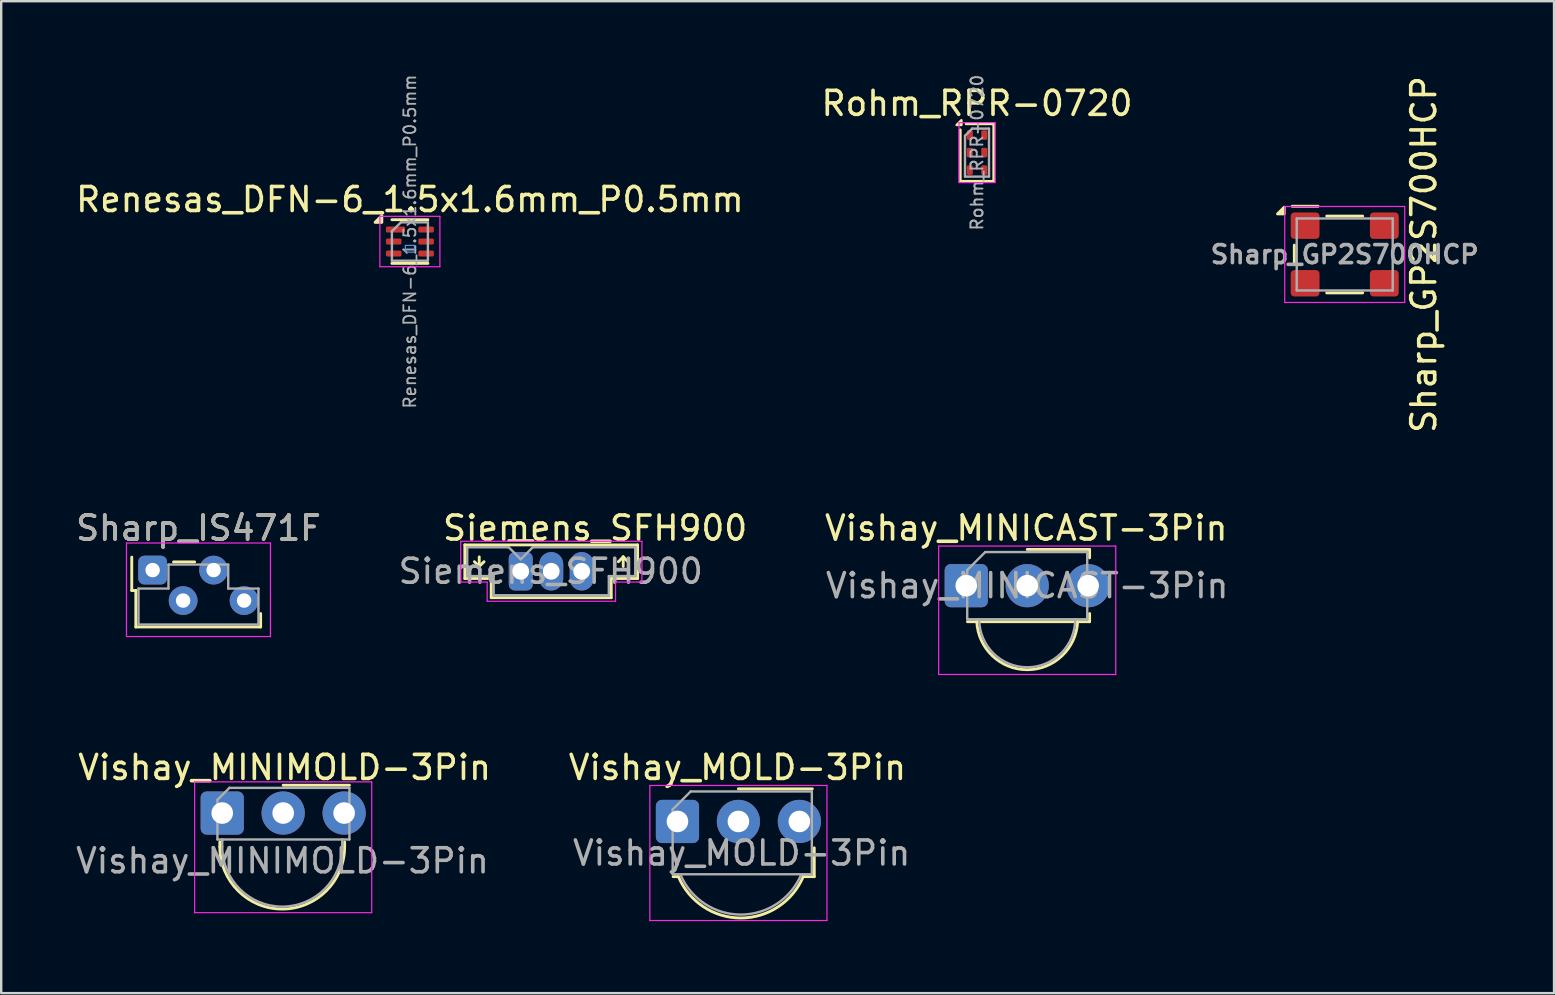
<source format=kicad_pcb>
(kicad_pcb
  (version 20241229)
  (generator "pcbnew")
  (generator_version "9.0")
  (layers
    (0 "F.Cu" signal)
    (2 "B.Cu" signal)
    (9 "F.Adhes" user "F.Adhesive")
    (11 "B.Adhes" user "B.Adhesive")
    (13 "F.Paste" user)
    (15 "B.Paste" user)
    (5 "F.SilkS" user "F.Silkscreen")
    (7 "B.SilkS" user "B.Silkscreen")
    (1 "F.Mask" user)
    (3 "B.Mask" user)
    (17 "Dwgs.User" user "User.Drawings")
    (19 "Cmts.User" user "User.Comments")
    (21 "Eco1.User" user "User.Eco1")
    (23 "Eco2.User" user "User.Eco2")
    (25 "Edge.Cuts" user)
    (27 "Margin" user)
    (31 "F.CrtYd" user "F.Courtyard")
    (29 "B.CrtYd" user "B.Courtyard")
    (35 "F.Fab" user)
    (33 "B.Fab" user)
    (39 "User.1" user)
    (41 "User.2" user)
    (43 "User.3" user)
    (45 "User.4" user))
  (footprint "Rohm_RPR-0720"
    (layer "F.Cu")
    (at 37.661 3.308)
    (property "Reference" "Rohm_RPR-0720" (at 0 -2.05 0) (layer "F.SilkS") (effects (font (size 1 1) (thickness 0.15))))
    (attr smd)
    (fp_line (start -0.7 1.2) (end -0.7 -0.95) (stroke (width 0.12) (type default)) (layer "F.SilkS"))
    (fp_line (start -0.7 1.2) (end 0.7 1.2) (stroke (width 0.12) (type default)) (layer "F.SilkS"))
    (fp_line (start -0.45 -1.2) (end 0.7 -1.2) (stroke (width 0.12) (type default)) (layer "F.SilkS"))
    (fp_line (start 0.7 1.2) (end 0.7 -1.2) (stroke (width 0.12) (type default)) (layer "F.SilkS"))
    (fp_poly (pts (xy -0.65 -1.15) (xy -0.65 -1.35) (xy -0.85 -1.15)) (stroke (width 0.1) (type solid)) (fill yes) (layer "F.SilkS"))
    (fp_line (start -0.75 1.25) (end -0.75 -1.25) (stroke (width 0.05) (type solid)) (layer "F.CrtYd"))
    (fp_line (start -0.75 1.25) (end 0.75 1.25) (stroke (width 0.05) (type default)) (layer "F.CrtYd"))
    (fp_line (start 0.75 -1.25) (end -0.75 -1.25) (stroke (width 0.05) (type default)) (layer "F.CrtYd"))
    (fp_line (start 0.75 -1.25) (end 0.75 1.25) (stroke (width 0.05) (type solid)) (layer "F.CrtYd"))
    (fp_line (start -0.5 -0.7) (end -0.5 1) (stroke (width 0.1) (type solid)) (layer "F.Fab"))
    (fp_line (start -0.5 -0.7) (end -0.2 -1) (stroke (width 0.1) (type default)) (layer "F.Fab"))
    (fp_line (start -0.5 1) (end 0.5 1) (stroke (width 0.1) (type default)) (layer "F.Fab"))
    (fp_line (start 0.5 -1) (end -0.2 -1) (stroke (width 0.1) (type solid)) (layer "F.Fab"))
    (fp_line (start 0.5 -1) (end 0.5 1) (stroke (width 0.1) (type solid)) (layer "F.Fab"))
    (fp_text user "${REFERENCE}" (at 0 0 90) (layer "F.Fab") (effects (font (size 0.5 0.5) (thickness 0.08))))
    (pad "1" smd roundrect (at -0.3 -0.73 90) (size 0.4 0.25) (layers "F.Cu" "F.Mask" "F.Paste") (roundrect_rratio 0.25))
    (pad "2" smd roundrect (at -0.3 0 90) (size 0.4 0.25) (layers "F.Cu" "F.Mask" "F.Paste") (roundrect_rratio 0.25))
    (pad "3" smd roundrect (at -0.3 0.73 90) (size 0.4 0.25) (layers "F.Cu" "F.Mask" "F.Paste") (roundrect_rratio 0.25))
    (pad "4" smd roundrect (at 0.3 0.73 90) (size 0.4 0.25) (layers "F.Cu" "F.Mask" "F.Paste") (roundrect_rratio 0.25))
    (pad "5" smd roundrect (at 0.3 0 90) (size 0.4 0.25) (layers "F.Cu" "F.Mask" "F.Paste") (roundrect_rratio 0.25))
    (pad "6" smd roundrect (at 0.3 -0.73 90) (size 0.4 0.25) (layers "F.Cu" "F.Mask" "F.Paste") (roundrect_rratio 0.25)))
  (footprint "Sharp_GP2S700HCP"
    (layer "F.Cu")
    (at 52.983 7.554)
    (property "Reference" "Sharp_GP2S700HCP" (at 3.295 0 90) (layer "F.SilkS") (effects (font (size 1 1) (thickness 0.15))))
    (attr smd)
    (fp_line (start -2.1 -0.39) (end -2.1 0.39) (stroke (width 0.12) (type default)) (layer "F.SilkS"))
    (fp_line (start -1.11 -2.01) (end -2.19 -2.01) (stroke (width 0.12) (type default)) (layer "F.SilkS"))
    (fp_line (start -0.75 -1.6) (end 0.75 -1.6) (stroke (width 0.12) (type default)) (layer "F.SilkS"))
    (fp_line (start -0.75 1.6) (end 0.75 1.6) (stroke (width 0.12) (type default)) (layer "F.SilkS"))
    (fp_poly (pts (xy -2.52 -1.69) (xy -2.8 -1.69) (xy -2.52 -1.97) (xy -2.52 -1.69)) (stroke (width 0.12) (type solid)) (fill yes) (layer "F.SilkS"))
    (fp_line (start -2.5 -2) (end 2.5 -2) (stroke (width 0.05) (type default)) (layer "F.CrtYd"))
    (fp_line (start -2.5 2) (end -2.5 -2) (stroke (width 0.05) (type default)) (layer "F.CrtYd"))
    (fp_line (start -2.5 2) (end 2.5 2) (stroke (width 0.05) (type default)) (layer "F.CrtYd"))
    (fp_line (start 2.5 -2) (end 2.5 2) (stroke (width 0.05) (type default)) (layer "F.CrtYd"))
    (fp_line (start -2 -1.5) (end 2 -1.5) (stroke (width 0.1) (type default)) (layer "F.Fab"))
    (fp_line (start -2 1.5) (end -2 -1.5) (stroke (width 0.1) (type default)) (layer "F.Fab"))
    (fp_line (start -2 1.5) (end 2 1.5) (stroke (width 0.1) (type default)) (layer "F.Fab"))
    (fp_line (start 2 -1.5) (end 2 1.5) (stroke (width 0.1) (type default)) (layer "F.Fab"))
    (fp_text user "${REFERENCE}" (at 0 0 0) (layer "F.Fab") (effects (font (size 0.75 0.75) (thickness 0.15))))
    (pad "1" smd roundrect (at -1.65 -1.2) (size 1.2 1.1) (layers "F.Cu" "F.Mask" "F.Paste") (roundrect_rratio 0.136))
    (pad "2" smd roundrect (at -1.65 1.2) (size 1.2 1.1) (layers "F.Cu" "F.Mask" "F.Paste") (roundrect_rratio 0.136))
    (pad "3" smd roundrect (at 1.65 1.2) (size 1.2 1.1) (layers "F.Cu" "F.Mask" "F.Paste") (roundrect_rratio 0.136))
    (pad "4" smd roundrect (at 1.65 -1.2) (size 1.2 1.1) (layers "F.Cu" "F.Mask" "F.Paste") (roundrect_rratio 0.136))
    (zone (net_name "") (layer "F.Cu") (name "keepout to avoid short circuit") (hatch edge 0.5) (connect_pads) (min_thickness 0.25) (filled_areas_thickness no) (keepout (tracks not_allowed) (vias not_allowed) (pads not_allowed) (copperpour not_allowed) (footprints not_allowed)) (placement (enabled no)) (fill) (polygon (pts (xy 50.733 6.904) (xy 51.933 6.904) (xy 51.933 5.804) (xy 54.033 5.804) (xy 54.033 6.904) (xy 55.233 6.904) (xy 55.233 8.204) (xy 54.033 8.204) (xy 54.033 9.304) (xy 51.933 9.304) (xy 51.933 8.204) (xy 50.733 8.204)))))
  (footprint "Sharp_IS471F"
    (layer "F.Cu")
    (at 3.31 20.705)
    (property "Reference" "Sharp_IS471F" (at 1.91 -1.75 0) (layer "F.SilkS") (effects (font (size 1 1) (thickness 0.15))))
    (attr through_hole)
    (fp_line (start -0.87 0.85) (end -0.87 -0.54) (stroke (width 0.12) (type solid)) (layer "F.SilkS"))
    (fp_line (start -0.87 0.85) (end -0.7 0.85) (stroke (width 0.12) (type solid)) (layer "F.SilkS"))
    (fp_line (start -0.7 2.37) (end -0.7 0.85) (stroke (width 0.12) (type solid)) (layer "F.SilkS"))
    (fp_line (start -0.7 2.37) (end 4.5 2.37) (stroke (width 0.12) (type solid)) (layer "F.SilkS"))
    (fp_line (start 1.75 -0.34) (end 0.87 -0.34) (stroke (width 0.12) (type solid)) (layer "F.SilkS"))
    (fp_line (start 4.5 2.37) (end 4.5 1.81) (stroke (width 0.12) (type solid)) (layer "F.SilkS"))
    (fp_line (start -1.09 -1.13) (end -1.09 2.77) (stroke (width 0.05) (type solid)) (layer "F.CrtYd"))
    (fp_line (start -1.09 2.77) (end 4.91 2.77) (stroke (width 0.05) (type solid)) (layer "F.CrtYd"))
    (fp_line (start 4.91 -1.13) (end -1.09 -1.13) (stroke (width 0.05) (type solid)) (layer "F.CrtYd"))
    (fp_line (start 4.91 2.77) (end 4.91 -1.13) (stroke (width 0.05) (type solid)) (layer "F.CrtYd"))
    (fp_line (start -0.59 0.77) (end -0.59 2.27) (stroke (width 0.1) (type solid)) (layer "F.Fab"))
    (fp_line (start -0.59 2.27) (end 4.41 2.27) (stroke (width 0.1) (type solid)) (layer "F.Fab"))
    (fp_line (start 0.66 -0.23) (end 0.66 0.77) (stroke (width 0.1) (type solid)) (layer "F.Fab"))
    (fp_line (start 0.66 0.77) (end -0.59 0.77) (stroke (width 0.1) (type solid)) (layer "F.Fab"))
    (fp_line (start 3.15 -0.23) (end 0.66 -0.23) (stroke (width 0.1) (type solid)) (layer "F.Fab"))
    (fp_line (start 3.15 0.77) (end 3.15 -0.23) (stroke (width 0.1) (type solid)) (layer "F.Fab"))
    (fp_line (start 4.41 0.77) (end 3.15 0.77) (stroke (width 0.1) (type solid)) (layer "F.Fab"))
    (fp_line (start 4.41 2.27) (end 4.41 0.77) (stroke (width 0.1) (type solid)) (layer "F.Fab"))
    (fp_text user "${REFERENCE}" (at 1.91 -1.75 0) (layer "F.Fab") (effects (font (size 1 1) (thickness 0.15))))
    (pad "1" thru_hole roundrect (at 0 0) (size 1.2 1.2) (drill 0.6) (layers "*.Cu" "*.Mask") (roundrect_rratio 0.208))
    (pad "2" thru_hole circle (at 1.27 1.27) (size 1.2 1.2) (drill 0.6) (layers "*.Cu" "*.Mask"))
    (pad "3" thru_hole circle (at 2.54 0) (size 1.2 1.2) (drill 0.6) (layers "*.Cu" "*.Mask"))
    (pad "4" thru_hole circle (at 3.81 1.27) (size 1.2 1.2) (drill 0.6) (layers "*.Cu" "*.Mask")))
  (footprint "Vishay_MINICAST-3Pin"
    (layer "F.Cu")
    (at 37.213 21.355)
    (property "Reference" "Vishay_MINICAST-3Pin" (at 2.5 -2.4 180) (layer "F.SilkS") (effects (font (size 1 1) (thickness 0.15))))
    (attr through_hole)
    (fp_line (start 5.14 -1.51) (end 2.54 -1.51) (stroke (width 0.12) (type solid)) (layer "F.SilkS"))
    (fp_line (start 5.14 -1.16) (end 5.14 -1.51) (stroke (width 0.12) (type solid)) (layer "F.SilkS"))
    (fp_line (start 5.14 1.16) (end 5.14 1.5) (stroke (width 0.12) (type solid)) (layer "F.SilkS"))
    (fp_line (start 5.14 1.5) (end 0.05 1.5) (stroke (width 0.12) (type solid)) (layer "F.SilkS"))
    (fp_arc (start 4.64 1.5) (mid 2.540869 3.502379) (end 0.440083 1.501736) (stroke (width 0.12) (type solid)) (layer "F.SilkS"))
    (fp_line (start -1.15 -1.65) (end -1.15 3.7) (stroke (width 0.05) (type solid)) (layer "F.CrtYd"))
    (fp_line (start -1.15 -1.65) (end 6.23 -1.65) (stroke (width 0.05) (type solid)) (layer "F.CrtYd"))
    (fp_line (start 6.23 3.7) (end -1.15 3.7) (stroke (width 0.05) (type solid)) (layer "F.CrtYd"))
    (fp_line (start 6.23 3.7) (end 6.23 -1.65) (stroke (width 0.05) (type solid)) (layer "F.CrtYd"))
    (fp_line (start 0.04 1.4) (end 0.04 -0.65) (stroke (width 0.1) (type solid)) (layer "F.Fab"))
    (fp_line (start 0.79 -1.4) (end 0.04 -0.65) (stroke (width 0.1) (type solid)) (layer "F.Fab"))
    (fp_line (start 0.79 -1.4) (end 5.04 -1.4) (stroke (width 0.1) (type solid)) (layer "F.Fab"))
    (fp_line (start 5.04 -1.4) (end 5.04 1.4) (stroke (width 0.1) (type solid)) (layer "F.Fab"))
    (fp_line (start 5.04 1.4) (end 0.04 1.4) (stroke (width 0.1) (type solid)) (layer "F.Fab"))
    (fp_arc (start 4.54 1.4) (mid 2.54 3.4) (end 0.54 1.4) (stroke (width 0.1) (type solid)) (layer "F.Fab"))
    (fp_text user "${REFERENCE}" (at 2.54 0 0) (layer "F.Fab") (effects (font (size 1 1) (thickness 0.15))))
    (pad "1" thru_hole roundrect (at 0 0) (size 1.8 1.8) (drill 0.9) (layers "*.Cu" "*.Mask") (roundrect_rratio 0.139))
    (pad "2" thru_hole circle (at 2.54 0) (size 1.8 1.8) (drill 0.9) (layers "*.Cu" "*.Mask"))
    (pad "3" thru_hole circle (at 5.08 0) (size 1.8 1.8) (drill 0.9) (layers "*.Cu" "*.Mask")))
  (footprint "Renesas_DFN-6_1.5x1.6mm_P0.5mm"
    (layer "F.Cu")
    (at 14.03 7.015)
    (property "Reference" "Renesas_DFN-6_1.5x1.6mm_P0.5mm" (at 0 -1.75 0) (layer "F.SilkS") (effects (font (size 1 1) (thickness 0.15))))
    (attr smd)
    (fp_line (start -0.75 -0.91) (end 0.75 -0.91) (stroke (width 0.12) (type solid)) (layer "F.SilkS"))
    (fp_line (start -0.75 0.91) (end 0.75 0.91) (stroke (width 0.12) (type solid)) (layer "F.SilkS"))
    (fp_poly (pts (xy -1.17 -0.8) (xy -1.45 -0.8) (xy -1.17 -1.08) (xy -1.17 -0.8)) (stroke (width 0.12) (type solid)) (fill yes) (layer "F.SilkS"))
    (fp_rect (start -0.19 0.16) (end 0.19 0.44) (stroke (width 0.05) (type default)) (fill no) (layer "Cmts.User"))
    (fp_line (start -1.25 -1.05) (end -1.25 1.05) (stroke (width 0.05) (type solid)) (layer "F.CrtYd"))
    (fp_line (start -1.25 1.05) (end 1.25 1.05) (stroke (width 0.05) (type solid)) (layer "F.CrtYd"))
    (fp_line (start 1.25 -1.05) (end -1.25 -1.05) (stroke (width 0.05) (type solid)) (layer "F.CrtYd"))
    (fp_line (start 1.25 1.05) (end 1.25 -1.05) (stroke (width 0.05) (type solid)) (layer "F.CrtYd"))
    (fp_line (start -0.75 -0.425) (end -0.375 -0.8) (stroke (width 0.1) (type solid)) (layer "F.Fab"))
    (fp_line (start -0.75 0.8) (end -0.75 -0.425) (stroke (width 0.1) (type solid)) (layer "F.Fab"))
    (fp_line (start -0.375 -0.8) (end 0.75 -0.8) (stroke (width 0.1) (type solid)) (layer "F.Fab"))
    (fp_line (start 0.75 -0.8) (end 0.75 0.8) (stroke (width 0.1) (type solid)) (layer "F.Fab"))
    (fp_line (start 0.75 0.8) (end -0.75 0.8) (stroke (width 0.1) (type solid)) (layer "F.Fab"))
    (fp_text user "SENSOR" (at -0.15 0.325 0) (unlocked yes) (layer "Cmts.User") (effects (font (size 0.05 0.05) (thickness 0.005)) (justify left bottom)))
    (fp_text user "${REFERENCE}" (at 0 0 90) (layer "F.Fab") (effects (font (size 0.5 0.5) (thickness 0.075))))
    (pad "1" smd roundrect (at -0.6 -0.5) (size 0.8 0.25) (layers "F.Cu" "F.Mask" "F.Paste") (roundrect_rratio 0.25))
    (pad "2" smd roundrect (at -0.675 0) (size 0.65 0.25) (layers "F.Cu" "F.Mask" "F.Paste") (roundrect_rratio 0.25))
    (pad "3" smd roundrect (at -0.675 0.5) (size 0.65 0.25) (layers "F.Cu" "F.Mask" "F.Paste") (roundrect_rratio 0.25))
    (pad "4" smd roundrect (at 0.675 0.5) (size 0.65 0.25) (layers "F.Cu" "F.Mask" "F.Paste") (roundrect_rratio 0.25))
    (pad "5" smd roundrect (at 0.675 0) (size 0.65 0.25) (layers "F.Cu" "F.Mask" "F.Paste") (roundrect_rratio 0.25))
    (pad "6" smd roundrect (at 0.675 -0.5) (size 0.65 0.25) (layers "F.Cu" "F.Mask" "F.Paste") (roundrect_rratio 0.25)))
  (footprint "Siemens_SFH900"
    (layer "F.Cu")
    (at 18.649 20.755)
    (property "Reference" "Siemens_SFH900" (at 3.1 -1.8 0) (layer "F.SilkS") (effects (font (size 1 1) (thickness 0.15))))
    (attr through_hole)
    (fp_line (start -2.33 -1.1) (end 4.87 -1.1) (stroke (width 0.12) (type solid)) (layer "F.SilkS"))
    (fp_line (start -2.33 0.3) (end -2.33 -1.1) (stroke (width 0.12) (type solid)) (layer "F.SilkS"))
    (fp_line (start -1.73 -0.6) (end -1.73 -0.2) (stroke (width 0.12) (type solid)) (layer "F.SilkS"))
    (fp_line (start -1.73 -0.2) (end -1.93 -0.4) (stroke (width 0.12) (type solid)) (layer "F.SilkS"))
    (fp_line (start -1.73 -0.2) (end -1.53 -0.4) (stroke (width 0.12) (type solid)) (layer "F.SilkS"))
    (fp_line (start -1.23 0.3) (end -2.33 0.3) (stroke (width 0.12) (type solid)) (layer "F.SilkS"))
    (fp_line (start -1.23 1.1) (end -1.23 0.3) (stroke (width 0.12) (type solid)) (layer "F.SilkS"))
    (fp_line (start -0.5 -1.28) (end 0.5 -1.28) (stroke (width 0.12) (type solid)) (layer "F.SilkS"))
    (fp_line (start 3.77 0.3) (end 3.77 1.1) (stroke (width 0.12) (type solid)) (layer "F.SilkS"))
    (fp_line (start 3.77 1.1) (end -1.23 1.1) (stroke (width 0.12) (type solid)) (layer "F.SilkS"))
    (fp_line (start 4.27 -0.6) (end 4.07 -0.4) (stroke (width 0.12) (type solid)) (layer "F.SilkS"))
    (fp_line (start 4.27 -0.6) (end 4.47 -0.4) (stroke (width 0.12) (type solid)) (layer "F.SilkS"))
    (fp_line (start 4.27 -0.2) (end 4.27 -0.6) (stroke (width 0.12) (type solid)) (layer "F.SilkS"))
    (fp_line (start 4.87 -1.1) (end 4.87 0.3) (stroke (width 0.12) (type solid)) (layer "F.SilkS"))
    (fp_line (start 4.87 0.3) (end 3.77 0.3) (stroke (width 0.12) (type solid)) (layer "F.SilkS"))
    (fp_line (start -2.5 -1.25) (end 5.05 -1.25) (stroke (width 0.05) (type solid)) (layer "F.CrtYd"))
    (fp_line (start -2.5 0.45) (end -2.5 -1.25) (stroke (width 0.05) (type solid)) (layer "F.CrtYd"))
    (fp_line (start -1.4 0.45) (end -2.5 0.45) (stroke (width 0.05) (type solid)) (layer "F.CrtYd"))
    (fp_line (start -1.4 1.25) (end -1.4 0.45) (stroke (width 0.05) (type solid)) (layer "F.CrtYd"))
    (fp_line (start 3.95 0.45) (end 3.95 1.25) (stroke (width 0.05) (type solid)) (layer "F.CrtYd"))
    (fp_line (start 3.95 1.25) (end -1.4 1.25) (stroke (width 0.05) (type solid)) (layer "F.CrtYd"))
    (fp_line (start 5.05 -1.25) (end 5.05 0.45) (stroke (width 0.05) (type solid)) (layer "F.CrtYd"))
    (fp_line (start 5.05 0.45) (end 3.95 0.45) (stroke (width 0.05) (type solid)) (layer "F.CrtYd"))
    (fp_line (start -2.23 -1) (end -2.23 0.2) (stroke (width 0.1) (type solid)) (layer "F.Fab"))
    (fp_line (start -2.23 -1) (end -0.5 -1) (stroke (width 0.1) (type solid)) (layer "F.Fab"))
    (fp_line (start -2.23 0.2) (end -1.13 0.2) (stroke (width 0.1) (type solid)) (layer "F.Fab"))
    (fp_line (start -1.13 0.2) (end -1.13 1) (stroke (width 0.1) (type solid)) (layer "F.Fab"))
    (fp_line (start -1.13 1) (end 3.67 1) (stroke (width 0.1) (type solid)) (layer "F.Fab"))
    (fp_line (start 0 -0.5) (end -0.5 -1) (stroke (width 0.1) (type solid)) (layer "F.Fab"))
    (fp_line (start 0 -0.5) (end 0.5 -1) (stroke (width 0.1) (type solid)) (layer "F.Fab"))
    (fp_line (start 0.5 -1) (end 4.77 -1) (stroke (width 0.1) (type solid)) (layer "F.Fab"))
    (fp_line (start 3.67 1) (end 3.67 0.2) (stroke (width 0.1) (type solid)) (layer "F.Fab"))
    (fp_line (start 4.77 -1) (end 4.77 0.2) (stroke (width 0.1) (type solid)) (layer "F.Fab"))
    (fp_line (start 4.77 0.2) (end 3.67 0.2) (stroke (width 0.1) (type solid)) (layer "F.Fab"))
    (fp_text user "${REFERENCE}" (at 1.25 0 0) (layer "F.Fab") (effects (font (size 1 1) (thickness 0.15))))
    (pad "1" thru_hole roundrect (at 0 0) (size 1 1.6) (drill 0.7) (layers "*.Cu" "*.Mask") (roundrect_rratio 0.25))
    (pad "2" thru_hole oval (at 1.27 0) (size 1 1.6) (drill 0.7) (layers "*.Cu" "*.Mask"))
    (pad "3" thru_hole oval (at 2.54 0) (size 1 1.6) (drill 0.7) (layers "*.Cu" "*.Mask")))
  (footprint "Vishay_MOLD-3Pin"
    (layer "F.Cu")
    (at 25.179 31.179)
    (property "Reference" "Vishay_MOLD-3Pin" (at 2.5 -2.25 180) (layer "F.SilkS") (effects (font (size 1 1) (thickness 0.15))))
    (attr through_hole)
    (fp_line (start 0.04 2.3) (end -0.18 2.3) (stroke (width 0.12) (type solid)) (layer "F.SilkS"))
    (fp_line (start 5.62 -1.36) (end 2.54 -1.36) (stroke (width 0.12) (type solid)) (layer "F.SilkS"))
    (fp_line (start 5.7 2.3) (end 5.24 2.3) (stroke (width 0.12) (type solid)) (layer "F.SilkS"))
    (fp_line (start 5.7 2.3) (end 5.7 1.1) (stroke (width 0.12) (type solid)) (layer "F.SilkS"))
    (fp_arc (start 5.24 2.3) (mid 2.64 4.023119) (end 0.04 2.3) (stroke (width 0.12) (type solid)) (layer "F.SilkS"))
    (fp_line (start -1.15 -1.5) (end -1.15 4.13) (stroke (width 0.05) (type solid)) (layer "F.CrtYd"))
    (fp_line (start -1.15 -1.5) (end 6.23 -1.5) (stroke (width 0.05) (type solid)) (layer "F.CrtYd"))
    (fp_line (start 6.23 4.13) (end -1.15 4.13) (stroke (width 0.05) (type solid)) (layer "F.CrtYd"))
    (fp_line (start 6.23 4.13) (end 6.23 -1.5) (stroke (width 0.05) (type solid)) (layer "F.CrtYd"))
    (fp_line (start -0.2 2.2) (end -0.2 -0.5) (stroke (width 0.1) (type solid)) (layer "F.Fab"))
    (fp_line (start 0.55 -1.25) (end -0.2 -0.5) (stroke (width 0.1) (type solid)) (layer "F.Fab"))
    (fp_line (start 0.55 -1.25) (end 5.6 -1.25) (stroke (width 0.1) (type solid)) (layer "F.Fab"))
    (fp_line (start 5.6 -1.25) (end 5.6 2.2) (stroke (width 0.1) (type solid)) (layer "F.Fab"))
    (fp_line (start 5.6 2.2) (end -0.2 2.2) (stroke (width 0.1) (type solid)) (layer "F.Fab"))
    (fp_arc (start 5.14 2.25) (mid 2.651941 3.881274) (end 0.149714 2.271818) (stroke (width 0.1) (type solid)) (layer "F.Fab"))
    (fp_text user "${REFERENCE}" (at 2.675 1.316 0) (layer "F.Fab") (effects (font (size 1 1) (thickness 0.15))))
    (pad "1" thru_hole roundrect (at 0 0) (size 1.8 1.8) (drill 0.9) (layers "*.Cu" "*.Mask") (roundrect_rratio 0.138))
    (pad "2" thru_hole circle (at 2.54 0) (size 1.8 1.8) (drill 0.9) (layers "*.Cu" "*.Mask"))
    (pad "3" thru_hole circle (at 5.08 0) (size 1.8 1.8) (drill 0.9) (layers "*.Cu" "*.Mask")))
  (footprint "Vishay_MINIMOLD-3Pin"
    (layer "F.Cu")
    (at 6.21 30.829)
    (property "Reference" "Vishay_MINIMOLD-3Pin" (at 2.6 -1.9 180) (layer "F.SilkS") (effects (font (size 1 1) (thickness 0.15))))
    (attr through_hole)
    (fp_line (start -0.1 1.4) (end -0.1 1.2) (stroke (width 0.12) (type solid)) (layer "F.SilkS"))
    (fp_line (start 5.1 1.4) (end 5.1 1.2) (stroke (width 0.12) (type solid)) (layer "F.SilkS"))
    (fp_line (start 5.3 -1.16) (end 2.54 -1.16) (stroke (width 0.12) (type solid)) (layer "F.SilkS"))
    (fp_arc (start 5.1 1.4) (mid 2.5 4) (end -0.1 1.4) (stroke (width 0.12) (type solid)) (layer "F.SilkS"))
    (fp_line (start -1.15 -1.3) (end -1.15 4.15) (stroke (width 0.05) (type solid)) (layer "F.CrtYd"))
    (fp_line (start -1.15 -1.3) (end 6.23 -1.3) (stroke (width 0.05) (type solid)) (layer "F.CrtYd"))
    (fp_line (start 6.23 4.15) (end -1.15 4.15) (stroke (width 0.05) (type solid)) (layer "F.CrtYd"))
    (fp_line (start 6.23 4.15) (end 6.23 -1.3) (stroke (width 0.05) (type solid)) (layer "F.CrtYd"))
    (fp_line (start -0.2 1.1) (end -0.2 -0.55) (stroke (width 0.1) (type solid)) (layer "F.Fab"))
    (fp_line (start 0 1.1) (end -0.2 1.1) (stroke (width 0.1) (type solid)) (layer "F.Fab"))
    (fp_line (start 0 1.15) (end 0 1.1) (stroke (width 0.1) (type solid)) (layer "F.Fab"))
    (fp_line (start 0 1.4) (end 0 1.15) (stroke (width 0.1) (type solid)) (layer "F.Fab"))
    (fp_line (start 0.3 -1.05) (end -0.2 -0.55) (stroke (width 0.1) (type solid)) (layer "F.Fab"))
    (fp_line (start 0.3 -1.05) (end 5.3 -1.05) (stroke (width 0.1) (type solid)) (layer "F.Fab"))
    (fp_line (start 5 1.1) (end 0 1.1) (stroke (width 0.1) (type solid)) (layer "F.Fab"))
    (fp_line (start 5 1.1) (end 5 1.4) (stroke (width 0.1) (type solid)) (layer "F.Fab"))
    (fp_line (start 5.3 -1.05) (end 5.3 1.1) (stroke (width 0.1) (type solid)) (layer "F.Fab"))
    (fp_line (start 5.3 1.1) (end 5 1.1) (stroke (width 0.1) (type solid)) (layer "F.Fab"))
    (fp_arc (start 5 1.4) (mid 2.5 3.9) (end 0 1.4) (stroke (width 0.1) (type solid)) (layer "F.Fab"))
    (fp_text user "${REFERENCE}" (at 2.51 1.99 0) (layer "F.Fab") (effects (font (size 1 1) (thickness 0.15))))
    (pad "1" thru_hole roundrect (at 0 0) (size 1.8 1.8) (drill 0.9) (layers "*.Cu" "*.Mask") (roundrect_rratio 0.139))
    (pad "2" thru_hole circle (at 2.54 0) (size 1.8 1.8) (drill 0.9) (layers "*.Cu" "*.Mask"))
    (pad "3" thru_hole circle (at 5.08 0) (size 1.8 1.8) (drill 0.9) (layers "*.Cu" "*.Mask")))
  (gr_rect
    (start -3 -3)
    (end 61.705 38.334)
    (stroke (width 0.1) (type default))
    (fill no)
    (layer "Edge.Cuts")))
</source>
